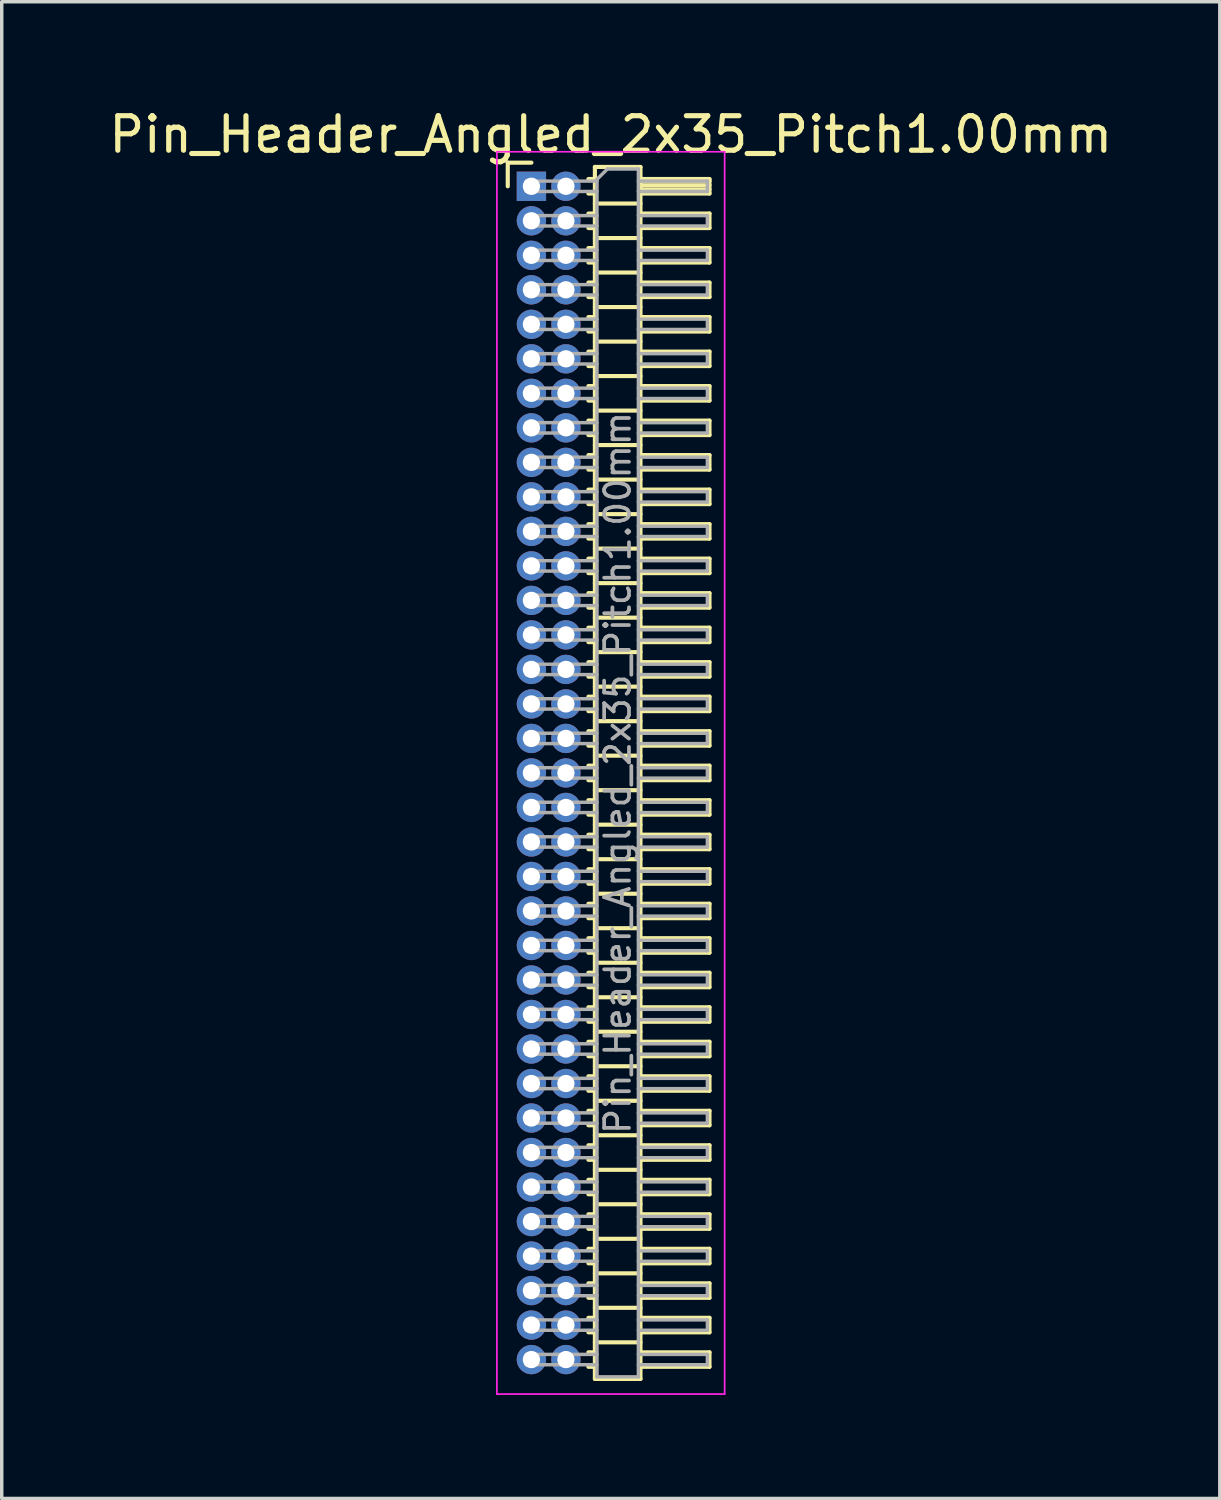
<source format=kicad_pcb>
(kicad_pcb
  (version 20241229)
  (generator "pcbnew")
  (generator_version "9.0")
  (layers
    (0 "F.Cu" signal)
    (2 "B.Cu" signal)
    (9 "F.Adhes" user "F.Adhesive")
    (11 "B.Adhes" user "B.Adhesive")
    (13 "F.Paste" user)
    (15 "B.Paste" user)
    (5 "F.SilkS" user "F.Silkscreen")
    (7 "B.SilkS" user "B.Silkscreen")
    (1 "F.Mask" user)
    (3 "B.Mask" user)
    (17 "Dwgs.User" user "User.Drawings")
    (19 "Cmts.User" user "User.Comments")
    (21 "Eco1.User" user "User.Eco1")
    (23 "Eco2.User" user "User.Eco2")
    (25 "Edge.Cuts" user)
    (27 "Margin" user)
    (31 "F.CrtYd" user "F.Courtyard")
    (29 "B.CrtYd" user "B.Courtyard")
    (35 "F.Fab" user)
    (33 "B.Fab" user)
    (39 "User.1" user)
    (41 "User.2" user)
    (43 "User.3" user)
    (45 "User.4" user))
  (footprint "Pin_Header_Angled_2x35_Pitch1.00mm"
    (layer "F.Cu")
    (at 12.349 2.348)
    (property "Reference" "Pin_Header_Angled_2x35_Pitch1.00mm" (at 2.3 -1.5 0) (layer "F.SilkS") (effects (font (size 1 1) (thickness 0.15))))
    (attr through_hole)
    (fp_line (start -0.685 -0.685) (end 0 -0.685) (stroke (width 0.12) (type solid)) (layer "F.SilkS"))
    (fp_line (start -0.685 0) (end -0.685 -0.685) (stroke (width 0.12) (type solid)) (layer "F.SilkS"))
    (fp_line (start 1.652 -0.21) (end 1.84 -0.21) (stroke (width 0.12) (type solid)) (layer "F.SilkS"))
    (fp_line (start 1.652 0.21) (end 1.84 0.21) (stroke (width 0.12) (type solid)) (layer "F.SilkS"))
    (fp_line (start 1.652 0.79) (end 1.84 0.79) (stroke (width 0.12) (type solid)) (layer "F.SilkS"))
    (fp_line (start 1.652 1.21) (end 1.84 1.21) (stroke (width 0.12) (type solid)) (layer "F.SilkS"))
    (fp_line (start 1.652 1.79) (end 1.84 1.79) (stroke (width 0.12) (type solid)) (layer "F.SilkS"))
    (fp_line (start 1.652 2.21) (end 1.84 2.21) (stroke (width 0.12) (type solid)) (layer "F.SilkS"))
    (fp_line (start 1.652 2.79) (end 1.84 2.79) (stroke (width 0.12) (type solid)) (layer "F.SilkS"))
    (fp_line (start 1.652 3.21) (end 1.84 3.21) (stroke (width 0.12) (type solid)) (layer "F.SilkS"))
    (fp_line (start 1.652 3.79) (end 1.84 3.79) (stroke (width 0.12) (type solid)) (layer "F.SilkS"))
    (fp_line (start 1.652 4.21) (end 1.84 4.21) (stroke (width 0.12) (type solid)) (layer "F.SilkS"))
    (fp_line (start 1.652 4.79) (end 1.84 4.79) (stroke (width 0.12) (type solid)) (layer "F.SilkS"))
    (fp_line (start 1.652 5.21) (end 1.84 5.21) (stroke (width 0.12) (type solid)) (layer "F.SilkS"))
    (fp_line (start 1.652 5.79) (end 1.84 5.79) (stroke (width 0.12) (type solid)) (layer "F.SilkS"))
    (fp_line (start 1.652 6.21) (end 1.84 6.21) (stroke (width 0.12) (type solid)) (layer "F.SilkS"))
    (fp_line (start 1.652 6.79) (end 1.84 6.79) (stroke (width 0.12) (type solid)) (layer "F.SilkS"))
    (fp_line (start 1.652 7.21) (end 1.84 7.21) (stroke (width 0.12) (type solid)) (layer "F.SilkS"))
    (fp_line (start 1.652 7.79) (end 1.84 7.79) (stroke (width 0.12) (type solid)) (layer "F.SilkS"))
    (fp_line (start 1.652 8.21) (end 1.84 8.21) (stroke (width 0.12) (type solid)) (layer "F.SilkS"))
    (fp_line (start 1.652 8.79) (end 1.84 8.79) (stroke (width 0.12) (type solid)) (layer "F.SilkS"))
    (fp_line (start 1.652 9.21) (end 1.84 9.21) (stroke (width 0.12) (type solid)) (layer "F.SilkS"))
    (fp_line (start 1.652 9.79) (end 1.84 9.79) (stroke (width 0.12) (type solid)) (layer "F.SilkS"))
    (fp_line (start 1.652 10.21) (end 1.84 10.21) (stroke (width 0.12) (type solid)) (layer "F.SilkS"))
    (fp_line (start 1.652 10.79) (end 1.84 10.79) (stroke (width 0.12) (type solid)) (layer "F.SilkS"))
    (fp_line (start 1.652 11.21) (end 1.84 11.21) (stroke (width 0.12) (type solid)) (layer "F.SilkS"))
    (fp_line (start 1.652 11.79) (end 1.84 11.79) (stroke (width 0.12) (type solid)) (layer "F.SilkS"))
    (fp_line (start 1.652 12.21) (end 1.84 12.21) (stroke (width 0.12) (type solid)) (layer "F.SilkS"))
    (fp_line (start 1.652 12.79) (end 1.84 12.79) (stroke (width 0.12) (type solid)) (layer "F.SilkS"))
    (fp_line (start 1.652 13.21) (end 1.84 13.21) (stroke (width 0.12) (type solid)) (layer "F.SilkS"))
    (fp_line (start 1.652 13.79) (end 1.84 13.79) (stroke (width 0.12) (type solid)) (layer "F.SilkS"))
    (fp_line (start 1.652 14.21) (end 1.84 14.21) (stroke (width 0.12) (type solid)) (layer "F.SilkS"))
    (fp_line (start 1.652 14.79) (end 1.84 14.79) (stroke (width 0.12) (type solid)) (layer "F.SilkS"))
    (fp_line (start 1.652 15.21) (end 1.84 15.21) (stroke (width 0.12) (type solid)) (layer "F.SilkS"))
    (fp_line (start 1.652 15.79) (end 1.84 15.79) (stroke (width 0.12) (type solid)) (layer "F.SilkS"))
    (fp_line (start 1.652 16.21) (end 1.84 16.21) (stroke (width 0.12) (type solid)) (layer "F.SilkS"))
    (fp_line (start 1.652 16.79) (end 1.84 16.79) (stroke (width 0.12) (type solid)) (layer "F.SilkS"))
    (fp_line (start 1.652 17.21) (end 1.84 17.21) (stroke (width 0.12) (type solid)) (layer "F.SilkS"))
    (fp_line (start 1.652 17.79) (end 1.84 17.79) (stroke (width 0.12) (type solid)) (layer "F.SilkS"))
    (fp_line (start 1.652 18.21) (end 1.84 18.21) (stroke (width 0.12) (type solid)) (layer "F.SilkS"))
    (fp_line (start 1.652 18.79) (end 1.84 18.79) (stroke (width 0.12) (type solid)) (layer "F.SilkS"))
    (fp_line (start 1.652 19.21) (end 1.84 19.21) (stroke (width 0.12) (type solid)) (layer "F.SilkS"))
    (fp_line (start 1.652 19.79) (end 1.84 19.79) (stroke (width 0.12) (type solid)) (layer "F.SilkS"))
    (fp_line (start 1.652 20.21) (end 1.84 20.21) (stroke (width 0.12) (type solid)) (layer "F.SilkS"))
    (fp_line (start 1.652 20.79) (end 1.84 20.79) (stroke (width 0.12) (type solid)) (layer "F.SilkS"))
    (fp_line (start 1.652 21.21) (end 1.84 21.21) (stroke (width 0.12) (type solid)) (layer "F.SilkS"))
    (fp_line (start 1.652 21.79) (end 1.84 21.79) (stroke (width 0.12) (type solid)) (layer "F.SilkS"))
    (fp_line (start 1.652 22.21) (end 1.84 22.21) (stroke (width 0.12) (type solid)) (layer "F.SilkS"))
    (fp_line (start 1.652 22.79) (end 1.84 22.79) (stroke (width 0.12) (type solid)) (layer "F.SilkS"))
    (fp_line (start 1.652 23.21) (end 1.84 23.21) (stroke (width 0.12) (type solid)) (layer "F.SilkS"))
    (fp_line (start 1.652 23.79) (end 1.84 23.79) (stroke (width 0.12) (type solid)) (layer "F.SilkS"))
    (fp_line (start 1.652 24.21) (end 1.84 24.21) (stroke (width 0.12) (type solid)) (layer "F.SilkS"))
    (fp_line (start 1.652 24.79) (end 1.84 24.79) (stroke (width 0.12) (type solid)) (layer "F.SilkS"))
    (fp_line (start 1.652 25.21) (end 1.84 25.21) (stroke (width 0.12) (type solid)) (layer "F.SilkS"))
    (fp_line (start 1.652 25.79) (end 1.84 25.79) (stroke (width 0.12) (type solid)) (layer "F.SilkS"))
    (fp_line (start 1.652 26.21) (end 1.84 26.21) (stroke (width 0.12) (type solid)) (layer "F.SilkS"))
    (fp_line (start 1.652 26.79) (end 1.84 26.79) (stroke (width 0.12) (type solid)) (layer "F.SilkS"))
    (fp_line (start 1.652 27.21) (end 1.84 27.21) (stroke (width 0.12) (type solid)) (layer "F.SilkS"))
    (fp_line (start 1.652 27.79) (end 1.84 27.79) (stroke (width 0.12) (type solid)) (layer "F.SilkS"))
    (fp_line (start 1.652 28.21) (end 1.84 28.21) (stroke (width 0.12) (type solid)) (layer "F.SilkS"))
    (fp_line (start 1.652 28.79) (end 1.84 28.79) (stroke (width 0.12) (type solid)) (layer "F.SilkS"))
    (fp_line (start 1.652 29.21) (end 1.84 29.21) (stroke (width 0.12) (type solid)) (layer "F.SilkS"))
    (fp_line (start 1.652 29.79) (end 1.84 29.79) (stroke (width 0.12) (type solid)) (layer "F.SilkS"))
    (fp_line (start 1.652 30.21) (end 1.84 30.21) (stroke (width 0.12) (type solid)) (layer "F.SilkS"))
    (fp_line (start 1.652 30.79) (end 1.84 30.79) (stroke (width 0.12) (type solid)) (layer "F.SilkS"))
    (fp_line (start 1.652 31.21) (end 1.84 31.21) (stroke (width 0.12) (type solid)) (layer "F.SilkS"))
    (fp_line (start 1.652 31.79) (end 1.84 31.79) (stroke (width 0.12) (type solid)) (layer "F.SilkS"))
    (fp_line (start 1.652 32.21) (end 1.84 32.21) (stroke (width 0.12) (type solid)) (layer "F.SilkS"))
    (fp_line (start 1.652 32.79) (end 1.84 32.79) (stroke (width 0.12) (type solid)) (layer "F.SilkS"))
    (fp_line (start 1.652 33.21) (end 1.84 33.21) (stroke (width 0.12) (type solid)) (layer "F.SilkS"))
    (fp_line (start 1.652 33.79) (end 1.84 33.79) (stroke (width 0.12) (type solid)) (layer "F.SilkS"))
    (fp_line (start 1.652 34.21) (end 1.84 34.21) (stroke (width 0.12) (type solid)) (layer "F.SilkS"))
    (fp_line (start 1.84 -0.56) (end 1.84 34.56) (stroke (width 0.12) (type solid)) (layer "F.SilkS"))
    (fp_line (start 1.84 0.5) (end 3.16 0.5) (stroke (width 0.12) (type solid)) (layer "F.SilkS"))
    (fp_line (start 1.84 1.5) (end 3.16 1.5) (stroke (width 0.12) (type solid)) (layer "F.SilkS"))
    (fp_line (start 1.84 2.5) (end 3.16 2.5) (stroke (width 0.12) (type solid)) (layer "F.SilkS"))
    (fp_line (start 1.84 3.5) (end 3.16 3.5) (stroke (width 0.12) (type solid)) (layer "F.SilkS"))
    (fp_line (start 1.84 4.5) (end 3.16 4.5) (stroke (width 0.12) (type solid)) (layer "F.SilkS"))
    (fp_line (start 1.84 5.5) (end 3.16 5.5) (stroke (width 0.12) (type solid)) (layer "F.SilkS"))
    (fp_line (start 1.84 6.5) (end 3.16 6.5) (stroke (width 0.12) (type solid)) (layer "F.SilkS"))
    (fp_line (start 1.84 7.5) (end 3.16 7.5) (stroke (width 0.12) (type solid)) (layer "F.SilkS"))
    (fp_line (start 1.84 8.5) (end 3.16 8.5) (stroke (width 0.12) (type solid)) (layer "F.SilkS"))
    (fp_line (start 1.84 9.5) (end 3.16 9.5) (stroke (width 0.12) (type solid)) (layer "F.SilkS"))
    (fp_line (start 1.84 10.5) (end 3.16 10.5) (stroke (width 0.12) (type solid)) (layer "F.SilkS"))
    (fp_line (start 1.84 11.5) (end 3.16 11.5) (stroke (width 0.12) (type solid)) (layer "F.SilkS"))
    (fp_line (start 1.84 12.5) (end 3.16 12.5) (stroke (width 0.12) (type solid)) (layer "F.SilkS"))
    (fp_line (start 1.84 13.5) (end 3.16 13.5) (stroke (width 0.12) (type solid)) (layer "F.SilkS"))
    (fp_line (start 1.84 14.5) (end 3.16 14.5) (stroke (width 0.12) (type solid)) (layer "F.SilkS"))
    (fp_line (start 1.84 15.5) (end 3.16 15.5) (stroke (width 0.12) (type solid)) (layer "F.SilkS"))
    (fp_line (start 1.84 16.5) (end 3.16 16.5) (stroke (width 0.12) (type solid)) (layer "F.SilkS"))
    (fp_line (start 1.84 17.5) (end 3.16 17.5) (stroke (width 0.12) (type solid)) (layer "F.SilkS"))
    (fp_line (start 1.84 18.5) (end 3.16 18.5) (stroke (width 0.12) (type solid)) (layer "F.SilkS"))
    (fp_line (start 1.84 19.5) (end 3.16 19.5) (stroke (width 0.12) (type solid)) (layer "F.SilkS"))
    (fp_line (start 1.84 20.5) (end 3.16 20.5) (stroke (width 0.12) (type solid)) (layer "F.SilkS"))
    (fp_line (start 1.84 21.5) (end 3.16 21.5) (stroke (width 0.12) (type solid)) (layer "F.SilkS"))
    (fp_line (start 1.84 22.5) (end 3.16 22.5) (stroke (width 0.12) (type solid)) (layer "F.SilkS"))
    (fp_line (start 1.84 23.5) (end 3.16 23.5) (stroke (width 0.12) (type solid)) (layer "F.SilkS"))
    (fp_line (start 1.84 24.5) (end 3.16 24.5) (stroke (width 0.12) (type solid)) (layer "F.SilkS"))
    (fp_line (start 1.84 25.5) (end 3.16 25.5) (stroke (width 0.12) (type solid)) (layer "F.SilkS"))
    (fp_line (start 1.84 26.5) (end 3.16 26.5) (stroke (width 0.12) (type solid)) (layer "F.SilkS"))
    (fp_line (start 1.84 27.5) (end 3.16 27.5) (stroke (width 0.12) (type solid)) (layer "F.SilkS"))
    (fp_line (start 1.84 28.5) (end 3.16 28.5) (stroke (width 0.12) (type solid)) (layer "F.SilkS"))
    (fp_line (start 1.84 29.5) (end 3.16 29.5) (stroke (width 0.12) (type solid)) (layer "F.SilkS"))
    (fp_line (start 1.84 30.5) (end 3.16 30.5) (stroke (width 0.12) (type solid)) (layer "F.SilkS"))
    (fp_line (start 1.84 31.5) (end 3.16 31.5) (stroke (width 0.12) (type solid)) (layer "F.SilkS"))
    (fp_line (start 1.84 32.5) (end 3.16 32.5) (stroke (width 0.12) (type solid)) (layer "F.SilkS"))
    (fp_line (start 1.84 33.5) (end 3.16 33.5) (stroke (width 0.12) (type solid)) (layer "F.SilkS"))
    (fp_line (start 1.84 34.56) (end 3.16 34.56) (stroke (width 0.12) (type solid)) (layer "F.SilkS"))
    (fp_line (start 3.16 -0.56) (end 1.84 -0.56) (stroke (width 0.12) (type solid)) (layer "F.SilkS"))
    (fp_line (start 3.16 -0.21) (end 5.16 -0.21) (stroke (width 0.12) (type solid)) (layer "F.SilkS"))
    (fp_line (start 3.16 -0.15) (end 5.16 -0.15) (stroke (width 0.12) (type solid)) (layer "F.SilkS"))
    (fp_line (start 3.16 -0.03) (end 5.16 -0.03) (stroke (width 0.12) (type solid)) (layer "F.SilkS"))
    (fp_line (start 3.16 0.09) (end 5.16 0.09) (stroke (width 0.12) (type solid)) (layer "F.SilkS"))
    (fp_line (start 3.16 0.79) (end 5.16 0.79) (stroke (width 0.12) (type solid)) (layer "F.SilkS"))
    (fp_line (start 3.16 1.79) (end 5.16 1.79) (stroke (width 0.12) (type solid)) (layer "F.SilkS"))
    (fp_line (start 3.16 2.79) (end 5.16 2.79) (stroke (width 0.12) (type solid)) (layer "F.SilkS"))
    (fp_line (start 3.16 3.79) (end 5.16 3.79) (stroke (width 0.12) (type solid)) (layer "F.SilkS"))
    (fp_line (start 3.16 4.79) (end 5.16 4.79) (stroke (width 0.12) (type solid)) (layer "F.SilkS"))
    (fp_line (start 3.16 5.79) (end 5.16 5.79) (stroke (width 0.12) (type solid)) (layer "F.SilkS"))
    (fp_line (start 3.16 6.79) (end 5.16 6.79) (stroke (width 0.12) (type solid)) (layer "F.SilkS"))
    (fp_line (start 3.16 7.79) (end 5.16 7.79) (stroke (width 0.12) (type solid)) (layer "F.SilkS"))
    (fp_line (start 3.16 8.79) (end 5.16 8.79) (stroke (width 0.12) (type solid)) (layer "F.SilkS"))
    (fp_line (start 3.16 9.79) (end 5.16 9.79) (stroke (width 0.12) (type solid)) (layer "F.SilkS"))
    (fp_line (start 3.16 10.79) (end 5.16 10.79) (stroke (width 0.12) (type solid)) (layer "F.SilkS"))
    (fp_line (start 3.16 11.79) (end 5.16 11.79) (stroke (width 0.12) (type solid)) (layer "F.SilkS"))
    (fp_line (start 3.16 12.79) (end 5.16 12.79) (stroke (width 0.12) (type solid)) (layer "F.SilkS"))
    (fp_line (start 3.16 13.79) (end 5.16 13.79) (stroke (width 0.12) (type solid)) (layer "F.SilkS"))
    (fp_line (start 3.16 14.79) (end 5.16 14.79) (stroke (width 0.12) (type solid)) (layer "F.SilkS"))
    (fp_line (start 3.16 15.79) (end 5.16 15.79) (stroke (width 0.12) (type solid)) (layer "F.SilkS"))
    (fp_line (start 3.16 16.79) (end 5.16 16.79) (stroke (width 0.12) (type solid)) (layer "F.SilkS"))
    (fp_line (start 3.16 17.79) (end 5.16 17.79) (stroke (width 0.12) (type solid)) (layer "F.SilkS"))
    (fp_line (start 3.16 18.79) (end 5.16 18.79) (stroke (width 0.12) (type solid)) (layer "F.SilkS"))
    (fp_line (start 3.16 19.79) (end 5.16 19.79) (stroke (width 0.12) (type solid)) (layer "F.SilkS"))
    (fp_line (start 3.16 20.79) (end 5.16 20.79) (stroke (width 0.12) (type solid)) (layer "F.SilkS"))
    (fp_line (start 3.16 21.79) (end 5.16 21.79) (stroke (width 0.12) (type solid)) (layer "F.SilkS"))
    (fp_line (start 3.16 22.79) (end 5.16 22.79) (stroke (width 0.12) (type solid)) (layer "F.SilkS"))
    (fp_line (start 3.16 23.79) (end 5.16 23.79) (stroke (width 0.12) (type solid)) (layer "F.SilkS"))
    (fp_line (start 3.16 24.79) (end 5.16 24.79) (stroke (width 0.12) (type solid)) (layer "F.SilkS"))
    (fp_line (start 3.16 25.79) (end 5.16 25.79) (stroke (width 0.12) (type solid)) (layer "F.SilkS"))
    (fp_line (start 3.16 26.79) (end 5.16 26.79) (stroke (width 0.12) (type solid)) (layer "F.SilkS"))
    (fp_line (start 3.16 27.79) (end 5.16 27.79) (stroke (width 0.12) (type solid)) (layer "F.SilkS"))
    (fp_line (start 3.16 28.79) (end 5.16 28.79) (stroke (width 0.12) (type solid)) (layer "F.SilkS"))
    (fp_line (start 3.16 29.79) (end 5.16 29.79) (stroke (width 0.12) (type solid)) (layer "F.SilkS"))
    (fp_line (start 3.16 30.79) (end 5.16 30.79) (stroke (width 0.12) (type solid)) (layer "F.SilkS"))
    (fp_line (start 3.16 31.79) (end 5.16 31.79) (stroke (width 0.12) (type solid)) (layer "F.SilkS"))
    (fp_line (start 3.16 32.79) (end 5.16 32.79) (stroke (width 0.12) (type solid)) (layer "F.SilkS"))
    (fp_line (start 3.16 33.79) (end 5.16 33.79) (stroke (width 0.12) (type solid)) (layer "F.SilkS"))
    (fp_line (start 3.16 34.56) (end 3.16 -0.56) (stroke (width 0.12) (type solid)) (layer "F.SilkS"))
    (fp_line (start 5.16 -0.21) (end 5.16 0.21) (stroke (width 0.12) (type solid)) (layer "F.SilkS"))
    (fp_line (start 5.16 0.21) (end 3.16 0.21) (stroke (width 0.12) (type solid)) (layer "F.SilkS"))
    (fp_line (start 5.16 0.79) (end 5.16 1.21) (stroke (width 0.12) (type solid)) (layer "F.SilkS"))
    (fp_line (start 5.16 1.21) (end 3.16 1.21) (stroke (width 0.12) (type solid)) (layer "F.SilkS"))
    (fp_line (start 5.16 1.79) (end 5.16 2.21) (stroke (width 0.12) (type solid)) (layer "F.SilkS"))
    (fp_line (start 5.16 2.21) (end 3.16 2.21) (stroke (width 0.12) (type solid)) (layer "F.SilkS"))
    (fp_line (start 5.16 2.79) (end 5.16 3.21) (stroke (width 0.12) (type solid)) (layer "F.SilkS"))
    (fp_line (start 5.16 3.21) (end 3.16 3.21) (stroke (width 0.12) (type solid)) (layer "F.SilkS"))
    (fp_line (start 5.16 3.79) (end 5.16 4.21) (stroke (width 0.12) (type solid)) (layer "F.SilkS"))
    (fp_line (start 5.16 4.21) (end 3.16 4.21) (stroke (width 0.12) (type solid)) (layer "F.SilkS"))
    (fp_line (start 5.16 4.79) (end 5.16 5.21) (stroke (width 0.12) (type solid)) (layer "F.SilkS"))
    (fp_line (start 5.16 5.21) (end 3.16 5.21) (stroke (width 0.12) (type solid)) (layer "F.SilkS"))
    (fp_line (start 5.16 5.79) (end 5.16 6.21) (stroke (width 0.12) (type solid)) (layer "F.SilkS"))
    (fp_line (start 5.16 6.21) (end 3.16 6.21) (stroke (width 0.12) (type solid)) (layer "F.SilkS"))
    (fp_line (start 5.16 6.79) (end 5.16 7.21) (stroke (width 0.12) (type solid)) (layer "F.SilkS"))
    (fp_line (start 5.16 7.21) (end 3.16 7.21) (stroke (width 0.12) (type solid)) (layer "F.SilkS"))
    (fp_line (start 5.16 7.79) (end 5.16 8.21) (stroke (width 0.12) (type solid)) (layer "F.SilkS"))
    (fp_line (start 5.16 8.21) (end 3.16 8.21) (stroke (width 0.12) (type solid)) (layer "F.SilkS"))
    (fp_line (start 5.16 8.79) (end 5.16 9.21) (stroke (width 0.12) (type solid)) (layer "F.SilkS"))
    (fp_line (start 5.16 9.21) (end 3.16 9.21) (stroke (width 0.12) (type solid)) (layer "F.SilkS"))
    (fp_line (start 5.16 9.79) (end 5.16 10.21) (stroke (width 0.12) (type solid)) (layer "F.SilkS"))
    (fp_line (start 5.16 10.21) (end 3.16 10.21) (stroke (width 0.12) (type solid)) (layer "F.SilkS"))
    (fp_line (start 5.16 10.79) (end 5.16 11.21) (stroke (width 0.12) (type solid)) (layer "F.SilkS"))
    (fp_line (start 5.16 11.21) (end 3.16 11.21) (stroke (width 0.12) (type solid)) (layer "F.SilkS"))
    (fp_line (start 5.16 11.79) (end 5.16 12.21) (stroke (width 0.12) (type solid)) (layer "F.SilkS"))
    (fp_line (start 5.16 12.21) (end 3.16 12.21) (stroke (width 0.12) (type solid)) (layer "F.SilkS"))
    (fp_line (start 5.16 12.79) (end 5.16 13.21) (stroke (width 0.12) (type solid)) (layer "F.SilkS"))
    (fp_line (start 5.16 13.21) (end 3.16 13.21) (stroke (width 0.12) (type solid)) (layer "F.SilkS"))
    (fp_line (start 5.16 13.79) (end 5.16 14.21) (stroke (width 0.12) (type solid)) (layer "F.SilkS"))
    (fp_line (start 5.16 14.21) (end 3.16 14.21) (stroke (width 0.12) (type solid)) (layer "F.SilkS"))
    (fp_line (start 5.16 14.79) (end 5.16 15.21) (stroke (width 0.12) (type solid)) (layer "F.SilkS"))
    (fp_line (start 5.16 15.21) (end 3.16 15.21) (stroke (width 0.12) (type solid)) (layer "F.SilkS"))
    (fp_line (start 5.16 15.79) (end 5.16 16.21) (stroke (width 0.12) (type solid)) (layer "F.SilkS"))
    (fp_line (start 5.16 16.21) (end 3.16 16.21) (stroke (width 0.12) (type solid)) (layer "F.SilkS"))
    (fp_line (start 5.16 16.79) (end 5.16 17.21) (stroke (width 0.12) (type solid)) (layer "F.SilkS"))
    (fp_line (start 5.16 17.21) (end 3.16 17.21) (stroke (width 0.12) (type solid)) (layer "F.SilkS"))
    (fp_line (start 5.16 17.79) (end 5.16 18.21) (stroke (width 0.12) (type solid)) (layer "F.SilkS"))
    (fp_line (start 5.16 18.21) (end 3.16 18.21) (stroke (width 0.12) (type solid)) (layer "F.SilkS"))
    (fp_line (start 5.16 18.79) (end 5.16 19.21) (stroke (width 0.12) (type solid)) (layer "F.SilkS"))
    (fp_line (start 5.16 19.21) (end 3.16 19.21) (stroke (width 0.12) (type solid)) (layer "F.SilkS"))
    (fp_line (start 5.16 19.79) (end 5.16 20.21) (stroke (width 0.12) (type solid)) (layer "F.SilkS"))
    (fp_line (start 5.16 20.21) (end 3.16 20.21) (stroke (width 0.12) (type solid)) (layer "F.SilkS"))
    (fp_line (start 5.16 20.79) (end 5.16 21.21) (stroke (width 0.12) (type solid)) (layer "F.SilkS"))
    (fp_line (start 5.16 21.21) (end 3.16 21.21) (stroke (width 0.12) (type solid)) (layer "F.SilkS"))
    (fp_line (start 5.16 21.79) (end 5.16 22.21) (stroke (width 0.12) (type solid)) (layer "F.SilkS"))
    (fp_line (start 5.16 22.21) (end 3.16 22.21) (stroke (width 0.12) (type solid)) (layer "F.SilkS"))
    (fp_line (start 5.16 22.79) (end 5.16 23.21) (stroke (width 0.12) (type solid)) (layer "F.SilkS"))
    (fp_line (start 5.16 23.21) (end 3.16 23.21) (stroke (width 0.12) (type solid)) (layer "F.SilkS"))
    (fp_line (start 5.16 23.79) (end 5.16 24.21) (stroke (width 0.12) (type solid)) (layer "F.SilkS"))
    (fp_line (start 5.16 24.21) (end 3.16 24.21) (stroke (width 0.12) (type solid)) (layer "F.SilkS"))
    (fp_line (start 5.16 24.79) (end 5.16 25.21) (stroke (width 0.12) (type solid)) (layer "F.SilkS"))
    (fp_line (start 5.16 25.21) (end 3.16 25.21) (stroke (width 0.12) (type solid)) (layer "F.SilkS"))
    (fp_line (start 5.16 25.79) (end 5.16 26.21) (stroke (width 0.12) (type solid)) (layer "F.SilkS"))
    (fp_line (start 5.16 26.21) (end 3.16 26.21) (stroke (width 0.12) (type solid)) (layer "F.SilkS"))
    (fp_line (start 5.16 26.79) (end 5.16 27.21) (stroke (width 0.12) (type solid)) (layer "F.SilkS"))
    (fp_line (start 5.16 27.21) (end 3.16 27.21) (stroke (width 0.12) (type solid)) (layer "F.SilkS"))
    (fp_line (start 5.16 27.79) (end 5.16 28.21) (stroke (width 0.12) (type solid)) (layer "F.SilkS"))
    (fp_line (start 5.16 28.21) (end 3.16 28.21) (stroke (width 0.12) (type solid)) (layer "F.SilkS"))
    (fp_line (start 5.16 28.79) (end 5.16 29.21) (stroke (width 0.12) (type solid)) (layer "F.SilkS"))
    (fp_line (start 5.16 29.21) (end 3.16 29.21) (stroke (width 0.12) (type solid)) (layer "F.SilkS"))
    (fp_line (start 5.16 29.79) (end 5.16 30.21) (stroke (width 0.12) (type solid)) (layer "F.SilkS"))
    (fp_line (start 5.16 30.21) (end 3.16 30.21) (stroke (width 0.12) (type solid)) (layer "F.SilkS"))
    (fp_line (start 5.16 30.79) (end 5.16 31.21) (stroke (width 0.12) (type solid)) (layer "F.SilkS"))
    (fp_line (start 5.16 31.21) (end 3.16 31.21) (stroke (width 0.12) (type solid)) (layer "F.SilkS"))
    (fp_line (start 5.16 31.79) (end 5.16 32.21) (stroke (width 0.12) (type solid)) (layer "F.SilkS"))
    (fp_line (start 5.16 32.21) (end 3.16 32.21) (stroke (width 0.12) (type solid)) (layer "F.SilkS"))
    (fp_line (start 5.16 32.79) (end 5.16 33.21) (stroke (width 0.12) (type solid)) (layer "F.SilkS"))
    (fp_line (start 5.16 33.21) (end 3.16 33.21) (stroke (width 0.12) (type solid)) (layer "F.SilkS"))
    (fp_line (start 5.16 33.79) (end 5.16 34.21) (stroke (width 0.12) (type solid)) (layer "F.SilkS"))
    (fp_line (start 5.16 34.21) (end 3.16 34.21) (stroke (width 0.12) (type solid)) (layer "F.SilkS"))
    (fp_line (start -1 -1) (end -1 35) (stroke (width 0.05) (type solid)) (layer "F.CrtYd"))
    (fp_line (start -1 35) (end 5.6 35) (stroke (width 0.05) (type solid)) (layer "F.CrtYd"))
    (fp_line (start 5.6 -1) (end -1 -1) (stroke (width 0.05) (type solid)) (layer "F.CrtYd"))
    (fp_line (start 5.6 35) (end 5.6 -1) (stroke (width 0.05) (type solid)) (layer "F.CrtYd"))
    (fp_line (start -0.15 -0.15) (end -0.15 0.15) (stroke (width 0.1) (type solid)) (layer "F.Fab"))
    (fp_line (start -0.15 -0.15) (end 1.9 -0.15) (stroke (width 0.1) (type solid)) (layer "F.Fab"))
    (fp_line (start -0.15 0.15) (end 1.9 0.15) (stroke (width 0.1) (type solid)) (layer "F.Fab"))
    (fp_line (start -0.15 0.85) (end -0.15 1.15) (stroke (width 0.1) (type solid)) (layer "F.Fab"))
    (fp_line (start -0.15 0.85) (end 1.9 0.85) (stroke (width 0.1) (type solid)) (layer "F.Fab"))
    (fp_line (start -0.15 1.15) (end 1.9 1.15) (stroke (width 0.1) (type solid)) (layer "F.Fab"))
    (fp_line (start -0.15 1.85) (end -0.15 2.15) (stroke (width 0.1) (type solid)) (layer "F.Fab"))
    (fp_line (start -0.15 1.85) (end 1.9 1.85) (stroke (width 0.1) (type solid)) (layer "F.Fab"))
    (fp_line (start -0.15 2.15) (end 1.9 2.15) (stroke (width 0.1) (type solid)) (layer "F.Fab"))
    (fp_line (start -0.15 2.85) (end -0.15 3.15) (stroke (width 0.1) (type solid)) (layer "F.Fab"))
    (fp_line (start -0.15 2.85) (end 1.9 2.85) (stroke (width 0.1) (type solid)) (layer "F.Fab"))
    (fp_line (start -0.15 3.15) (end 1.9 3.15) (stroke (width 0.1) (type solid)) (layer "F.Fab"))
    (fp_line (start -0.15 3.85) (end -0.15 4.15) (stroke (width 0.1) (type solid)) (layer "F.Fab"))
    (fp_line (start -0.15 3.85) (end 1.9 3.85) (stroke (width 0.1) (type solid)) (layer "F.Fab"))
    (fp_line (start -0.15 4.15) (end 1.9 4.15) (stroke (width 0.1) (type solid)) (layer "F.Fab"))
    (fp_line (start -0.15 4.85) (end -0.15 5.15) (stroke (width 0.1) (type solid)) (layer "F.Fab"))
    (fp_line (start -0.15 4.85) (end 1.9 4.85) (stroke (width 0.1) (type solid)) (layer "F.Fab"))
    (fp_line (start -0.15 5.15) (end 1.9 5.15) (stroke (width 0.1) (type solid)) (layer "F.Fab"))
    (fp_line (start -0.15 5.85) (end -0.15 6.15) (stroke (width 0.1) (type solid)) (layer "F.Fab"))
    (fp_line (start -0.15 5.85) (end 1.9 5.85) (stroke (width 0.1) (type solid)) (layer "F.Fab"))
    (fp_line (start -0.15 6.15) (end 1.9 6.15) (stroke (width 0.1) (type solid)) (layer "F.Fab"))
    (fp_line (start -0.15 6.85) (end -0.15 7.15) (stroke (width 0.1) (type solid)) (layer "F.Fab"))
    (fp_line (start -0.15 6.85) (end 1.9 6.85) (stroke (width 0.1) (type solid)) (layer "F.Fab"))
    (fp_line (start -0.15 7.15) (end 1.9 7.15) (stroke (width 0.1) (type solid)) (layer "F.Fab"))
    (fp_line (start -0.15 7.85) (end -0.15 8.15) (stroke (width 0.1) (type solid)) (layer "F.Fab"))
    (fp_line (start -0.15 7.85) (end 1.9 7.85) (stroke (width 0.1) (type solid)) (layer "F.Fab"))
    (fp_line (start -0.15 8.15) (end 1.9 8.15) (stroke (width 0.1) (type solid)) (layer "F.Fab"))
    (fp_line (start -0.15 8.85) (end -0.15 9.15) (stroke (width 0.1) (type solid)) (layer "F.Fab"))
    (fp_line (start -0.15 8.85) (end 1.9 8.85) (stroke (width 0.1) (type solid)) (layer "F.Fab"))
    (fp_line (start -0.15 9.15) (end 1.9 9.15) (stroke (width 0.1) (type solid)) (layer "F.Fab"))
    (fp_line (start -0.15 9.85) (end -0.15 10.15) (stroke (width 0.1) (type solid)) (layer "F.Fab"))
    (fp_line (start -0.15 9.85) (end 1.9 9.85) (stroke (width 0.1) (type solid)) (layer "F.Fab"))
    (fp_line (start -0.15 10.15) (end 1.9 10.15) (stroke (width 0.1) (type solid)) (layer "F.Fab"))
    (fp_line (start -0.15 10.85) (end -0.15 11.15) (stroke (width 0.1) (type solid)) (layer "F.Fab"))
    (fp_line (start -0.15 10.85) (end 1.9 10.85) (stroke (width 0.1) (type solid)) (layer "F.Fab"))
    (fp_line (start -0.15 11.15) (end 1.9 11.15) (stroke (width 0.1) (type solid)) (layer "F.Fab"))
    (fp_line (start -0.15 11.85) (end -0.15 12.15) (stroke (width 0.1) (type solid)) (layer "F.Fab"))
    (fp_line (start -0.15 11.85) (end 1.9 11.85) (stroke (width 0.1) (type solid)) (layer "F.Fab"))
    (fp_line (start -0.15 12.15) (end 1.9 12.15) (stroke (width 0.1) (type solid)) (layer "F.Fab"))
    (fp_line (start -0.15 12.85) (end -0.15 13.15) (stroke (width 0.1) (type solid)) (layer "F.Fab"))
    (fp_line (start -0.15 12.85) (end 1.9 12.85) (stroke (width 0.1) (type solid)) (layer "F.Fab"))
    (fp_line (start -0.15 13.15) (end 1.9 13.15) (stroke (width 0.1) (type solid)) (layer "F.Fab"))
    (fp_line (start -0.15 13.85) (end -0.15 14.15) (stroke (width 0.1) (type solid)) (layer "F.Fab"))
    (fp_line (start -0.15 13.85) (end 1.9 13.85) (stroke (width 0.1) (type solid)) (layer "F.Fab"))
    (fp_line (start -0.15 14.15) (end 1.9 14.15) (stroke (width 0.1) (type solid)) (layer "F.Fab"))
    (fp_line (start -0.15 14.85) (end -0.15 15.15) (stroke (width 0.1) (type solid)) (layer "F.Fab"))
    (fp_line (start -0.15 14.85) (end 1.9 14.85) (stroke (width 0.1) (type solid)) (layer "F.Fab"))
    (fp_line (start -0.15 15.15) (end 1.9 15.15) (stroke (width 0.1) (type solid)) (layer "F.Fab"))
    (fp_line (start -0.15 15.85) (end -0.15 16.15) (stroke (width 0.1) (type solid)) (layer "F.Fab"))
    (fp_line (start -0.15 15.85) (end 1.9 15.85) (stroke (width 0.1) (type solid)) (layer "F.Fab"))
    (fp_line (start -0.15 16.15) (end 1.9 16.15) (stroke (width 0.1) (type solid)) (layer "F.Fab"))
    (fp_line (start -0.15 16.85) (end -0.15 17.15) (stroke (width 0.1) (type solid)) (layer "F.Fab"))
    (fp_line (start -0.15 16.85) (end 1.9 16.85) (stroke (width 0.1) (type solid)) (layer "F.Fab"))
    (fp_line (start -0.15 17.15) (end 1.9 17.15) (stroke (width 0.1) (type solid)) (layer "F.Fab"))
    (fp_line (start -0.15 17.85) (end -0.15 18.15) (stroke (width 0.1) (type solid)) (layer "F.Fab"))
    (fp_line (start -0.15 17.85) (end 1.9 17.85) (stroke (width 0.1) (type solid)) (layer "F.Fab"))
    (fp_line (start -0.15 18.15) (end 1.9 18.15) (stroke (width 0.1) (type solid)) (layer "F.Fab"))
    (fp_line (start -0.15 18.85) (end -0.15 19.15) (stroke (width 0.1) (type solid)) (layer "F.Fab"))
    (fp_line (start -0.15 18.85) (end 1.9 18.85) (stroke (width 0.1) (type solid)) (layer "F.Fab"))
    (fp_line (start -0.15 19.15) (end 1.9 19.15) (stroke (width 0.1) (type solid)) (layer "F.Fab"))
    (fp_line (start -0.15 19.85) (end -0.15 20.15) (stroke (width 0.1) (type solid)) (layer "F.Fab"))
    (fp_line (start -0.15 19.85) (end 1.9 19.85) (stroke (width 0.1) (type solid)) (layer "F.Fab"))
    (fp_line (start -0.15 20.15) (end 1.9 20.15) (stroke (width 0.1) (type solid)) (layer "F.Fab"))
    (fp_line (start -0.15 20.85) (end -0.15 21.15) (stroke (width 0.1) (type solid)) (layer "F.Fab"))
    (fp_line (start -0.15 20.85) (end 1.9 20.85) (stroke (width 0.1) (type solid)) (layer "F.Fab"))
    (fp_line (start -0.15 21.15) (end 1.9 21.15) (stroke (width 0.1) (type solid)) (layer "F.Fab"))
    (fp_line (start -0.15 21.85) (end -0.15 22.15) (stroke (width 0.1) (type solid)) (layer "F.Fab"))
    (fp_line (start -0.15 21.85) (end 1.9 21.85) (stroke (width 0.1) (type solid)) (layer "F.Fab"))
    (fp_line (start -0.15 22.15) (end 1.9 22.15) (stroke (width 0.1) (type solid)) (layer "F.Fab"))
    (fp_line (start -0.15 22.85) (end -0.15 23.15) (stroke (width 0.1) (type solid)) (layer "F.Fab"))
    (fp_line (start -0.15 22.85) (end 1.9 22.85) (stroke (width 0.1) (type solid)) (layer "F.Fab"))
    (fp_line (start -0.15 23.15) (end 1.9 23.15) (stroke (width 0.1) (type solid)) (layer "F.Fab"))
    (fp_line (start -0.15 23.85) (end -0.15 24.15) (stroke (width 0.1) (type solid)) (layer "F.Fab"))
    (fp_line (start -0.15 23.85) (end 1.9 23.85) (stroke (width 0.1) (type solid)) (layer "F.Fab"))
    (fp_line (start -0.15 24.15) (end 1.9 24.15) (stroke (width 0.1) (type solid)) (layer "F.Fab"))
    (fp_line (start -0.15 24.85) (end -0.15 25.15) (stroke (width 0.1) (type solid)) (layer "F.Fab"))
    (fp_line (start -0.15 24.85) (end 1.9 24.85) (stroke (width 0.1) (type solid)) (layer "F.Fab"))
    (fp_line (start -0.15 25.15) (end 1.9 25.15) (stroke (width 0.1) (type solid)) (layer "F.Fab"))
    (fp_line (start -0.15 25.85) (end -0.15 26.15) (stroke (width 0.1) (type solid)) (layer "F.Fab"))
    (fp_line (start -0.15 25.85) (end 1.9 25.85) (stroke (width 0.1) (type solid)) (layer "F.Fab"))
    (fp_line (start -0.15 26.15) (end 1.9 26.15) (stroke (width 0.1) (type solid)) (layer "F.Fab"))
    (fp_line (start -0.15 26.85) (end -0.15 27.15) (stroke (width 0.1) (type solid)) (layer "F.Fab"))
    (fp_line (start -0.15 26.85) (end 1.9 26.85) (stroke (width 0.1) (type solid)) (layer "F.Fab"))
    (fp_line (start -0.15 27.15) (end 1.9 27.15) (stroke (width 0.1) (type solid)) (layer "F.Fab"))
    (fp_line (start -0.15 27.85) (end -0.15 28.15) (stroke (width 0.1) (type solid)) (layer "F.Fab"))
    (fp_line (start -0.15 27.85) (end 1.9 27.85) (stroke (width 0.1) (type solid)) (layer "F.Fab"))
    (fp_line (start -0.15 28.15) (end 1.9 28.15) (stroke (width 0.1) (type solid)) (layer "F.Fab"))
    (fp_line (start -0.15 28.85) (end -0.15 29.15) (stroke (width 0.1) (type solid)) (layer "F.Fab"))
    (fp_line (start -0.15 28.85) (end 1.9 28.85) (stroke (width 0.1) (type solid)) (layer "F.Fab"))
    (fp_line (start -0.15 29.15) (end 1.9 29.15) (stroke (width 0.1) (type solid)) (layer "F.Fab"))
    (fp_line (start -0.15 29.85) (end -0.15 30.15) (stroke (width 0.1) (type solid)) (layer "F.Fab"))
    (fp_line (start -0.15 29.85) (end 1.9 29.85) (stroke (width 0.1) (type solid)) (layer "F.Fab"))
    (fp_line (start -0.15 30.15) (end 1.9 30.15) (stroke (width 0.1) (type solid)) (layer "F.Fab"))
    (fp_line (start -0.15 30.85) (end -0.15 31.15) (stroke (width 0.1) (type solid)) (layer "F.Fab"))
    (fp_line (start -0.15 30.85) (end 1.9 30.85) (stroke (width 0.1) (type solid)) (layer "F.Fab"))
    (fp_line (start -0.15 31.15) (end 1.9 31.15) (stroke (width 0.1) (type solid)) (layer "F.Fab"))
    (fp_line (start -0.15 31.85) (end -0.15 32.15) (stroke (width 0.1) (type solid)) (layer "F.Fab"))
    (fp_line (start -0.15 31.85) (end 1.9 31.85) (stroke (width 0.1) (type solid)) (layer "F.Fab"))
    (fp_line (start -0.15 32.15) (end 1.9 32.15) (stroke (width 0.1) (type solid)) (layer "F.Fab"))
    (fp_line (start -0.15 32.85) (end -0.15 33.15) (stroke (width 0.1) (type solid)) (layer "F.Fab"))
    (fp_line (start -0.15 32.85) (end 1.9 32.85) (stroke (width 0.1) (type solid)) (layer "F.Fab"))
    (fp_line (start -0.15 33.15) (end 1.9 33.15) (stroke (width 0.1) (type solid)) (layer "F.Fab"))
    (fp_line (start -0.15 33.85) (end -0.15 34.15) (stroke (width 0.1) (type solid)) (layer "F.Fab"))
    (fp_line (start -0.15 33.85) (end 1.9 33.85) (stroke (width 0.1) (type solid)) (layer "F.Fab"))
    (fp_line (start -0.15 34.15) (end 1.9 34.15) (stroke (width 0.1) (type solid)) (layer "F.Fab"))
    (fp_line (start 1.9 -0.2) (end 2.2 -0.5) (stroke (width 0.1) (type solid)) (layer "F.Fab"))
    (fp_line (start 1.9 34.5) (end 1.9 -0.2) (stroke (width 0.1) (type solid)) (layer "F.Fab"))
    (fp_line (start 2.2 -0.5) (end 3.1 -0.5) (stroke (width 0.1) (type solid)) (layer "F.Fab"))
    (fp_line (start 3.1 -0.5) (end 3.1 34.5) (stroke (width 0.1) (type solid)) (layer "F.Fab"))
    (fp_line (start 3.1 -0.15) (end 5.1 -0.15) (stroke (width 0.1) (type solid)) (layer "F.Fab"))
    (fp_line (start 3.1 0.15) (end 5.1 0.15) (stroke (width 0.1) (type solid)) (layer "F.Fab"))
    (fp_line (start 3.1 0.85) (end 5.1 0.85) (stroke (width 0.1) (type solid)) (layer "F.Fab"))
    (fp_line (start 3.1 1.15) (end 5.1 1.15) (stroke (width 0.1) (type solid)) (layer "F.Fab"))
    (fp_line (start 3.1 1.85) (end 5.1 1.85) (stroke (width 0.1) (type solid)) (layer "F.Fab"))
    (fp_line (start 3.1 2.15) (end 5.1 2.15) (stroke (width 0.1) (type solid)) (layer "F.Fab"))
    (fp_line (start 3.1 2.85) (end 5.1 2.85) (stroke (width 0.1) (type solid)) (layer "F.Fab"))
    (fp_line (start 3.1 3.15) (end 5.1 3.15) (stroke (width 0.1) (type solid)) (layer "F.Fab"))
    (fp_line (start 3.1 3.85) (end 5.1 3.85) (stroke (width 0.1) (type solid)) (layer "F.Fab"))
    (fp_line (start 3.1 4.15) (end 5.1 4.15) (stroke (width 0.1) (type solid)) (layer "F.Fab"))
    (fp_line (start 3.1 4.85) (end 5.1 4.85) (stroke (width 0.1) (type solid)) (layer "F.Fab"))
    (fp_line (start 3.1 5.15) (end 5.1 5.15) (stroke (width 0.1) (type solid)) (layer "F.Fab"))
    (fp_line (start 3.1 5.85) (end 5.1 5.85) (stroke (width 0.1) (type solid)) (layer "F.Fab"))
    (fp_line (start 3.1 6.15) (end 5.1 6.15) (stroke (width 0.1) (type solid)) (layer "F.Fab"))
    (fp_line (start 3.1 6.85) (end 5.1 6.85) (stroke (width 0.1) (type solid)) (layer "F.Fab"))
    (fp_line (start 3.1 7.15) (end 5.1 7.15) (stroke (width 0.1) (type solid)) (layer "F.Fab"))
    (fp_line (start 3.1 7.85) (end 5.1 7.85) (stroke (width 0.1) (type solid)) (layer "F.Fab"))
    (fp_line (start 3.1 8.15) (end 5.1 8.15) (stroke (width 0.1) (type solid)) (layer "F.Fab"))
    (fp_line (start 3.1 8.85) (end 5.1 8.85) (stroke (width 0.1) (type solid)) (layer "F.Fab"))
    (fp_line (start 3.1 9.15) (end 5.1 9.15) (stroke (width 0.1) (type solid)) (layer "F.Fab"))
    (fp_line (start 3.1 9.85) (end 5.1 9.85) (stroke (width 0.1) (type solid)) (layer "F.Fab"))
    (fp_line (start 3.1 10.15) (end 5.1 10.15) (stroke (width 0.1) (type solid)) (layer "F.Fab"))
    (fp_line (start 3.1 10.85) (end 5.1 10.85) (stroke (width 0.1) (type solid)) (layer "F.Fab"))
    (fp_line (start 3.1 11.15) (end 5.1 11.15) (stroke (width 0.1) (type solid)) (layer "F.Fab"))
    (fp_line (start 3.1 11.85) (end 5.1 11.85) (stroke (width 0.1) (type solid)) (layer "F.Fab"))
    (fp_line (start 3.1 12.15) (end 5.1 12.15) (stroke (width 0.1) (type solid)) (layer "F.Fab"))
    (fp_line (start 3.1 12.85) (end 5.1 12.85) (stroke (width 0.1) (type solid)) (layer "F.Fab"))
    (fp_line (start 3.1 13.15) (end 5.1 13.15) (stroke (width 0.1) (type solid)) (layer "F.Fab"))
    (fp_line (start 3.1 13.85) (end 5.1 13.85) (stroke (width 0.1) (type solid)) (layer "F.Fab"))
    (fp_line (start 3.1 14.15) (end 5.1 14.15) (stroke (width 0.1) (type solid)) (layer "F.Fab"))
    (fp_line (start 3.1 14.85) (end 5.1 14.85) (stroke (width 0.1) (type solid)) (layer "F.Fab"))
    (fp_line (start 3.1 15.15) (end 5.1 15.15) (stroke (width 0.1) (type solid)) (layer "F.Fab"))
    (fp_line (start 3.1 15.85) (end 5.1 15.85) (stroke (width 0.1) (type solid)) (layer "F.Fab"))
    (fp_line (start 3.1 16.15) (end 5.1 16.15) (stroke (width 0.1) (type solid)) (layer "F.Fab"))
    (fp_line (start 3.1 16.85) (end 5.1 16.85) (stroke (width 0.1) (type solid)) (layer "F.Fab"))
    (fp_line (start 3.1 17.15) (end 5.1 17.15) (stroke (width 0.1) (type solid)) (layer "F.Fab"))
    (fp_line (start 3.1 17.85) (end 5.1 17.85) (stroke (width 0.1) (type solid)) (layer "F.Fab"))
    (fp_line (start 3.1 18.15) (end 5.1 18.15) (stroke (width 0.1) (type solid)) (layer "F.Fab"))
    (fp_line (start 3.1 18.85) (end 5.1 18.85) (stroke (width 0.1) (type solid)) (layer "F.Fab"))
    (fp_line (start 3.1 19.15) (end 5.1 19.15) (stroke (width 0.1) (type solid)) (layer "F.Fab"))
    (fp_line (start 3.1 19.85) (end 5.1 19.85) (stroke (width 0.1) (type solid)) (layer "F.Fab"))
    (fp_line (start 3.1 20.15) (end 5.1 20.15) (stroke (width 0.1) (type solid)) (layer "F.Fab"))
    (fp_line (start 3.1 20.85) (end 5.1 20.85) (stroke (width 0.1) (type solid)) (layer "F.Fab"))
    (fp_line (start 3.1 21.15) (end 5.1 21.15) (stroke (width 0.1) (type solid)) (layer "F.Fab"))
    (fp_line (start 3.1 21.85) (end 5.1 21.85) (stroke (width 0.1) (type solid)) (layer "F.Fab"))
    (fp_line (start 3.1 22.15) (end 5.1 22.15) (stroke (width 0.1) (type solid)) (layer "F.Fab"))
    (fp_line (start 3.1 22.85) (end 5.1 22.85) (stroke (width 0.1) (type solid)) (layer "F.Fab"))
    (fp_line (start 3.1 23.15) (end 5.1 23.15) (stroke (width 0.1) (type solid)) (layer "F.Fab"))
    (fp_line (start 3.1 23.85) (end 5.1 23.85) (stroke (width 0.1) (type solid)) (layer "F.Fab"))
    (fp_line (start 3.1 24.15) (end 5.1 24.15) (stroke (width 0.1) (type solid)) (layer "F.Fab"))
    (fp_line (start 3.1 24.85) (end 5.1 24.85) (stroke (width 0.1) (type solid)) (layer "F.Fab"))
    (fp_line (start 3.1 25.15) (end 5.1 25.15) (stroke (width 0.1) (type solid)) (layer "F.Fab"))
    (fp_line (start 3.1 25.85) (end 5.1 25.85) (stroke (width 0.1) (type solid)) (layer "F.Fab"))
    (fp_line (start 3.1 26.15) (end 5.1 26.15) (stroke (width 0.1) (type solid)) (layer "F.Fab"))
    (fp_line (start 3.1 26.85) (end 5.1 26.85) (stroke (width 0.1) (type solid)) (layer "F.Fab"))
    (fp_line (start 3.1 27.15) (end 5.1 27.15) (stroke (width 0.1) (type solid)) (layer "F.Fab"))
    (fp_line (start 3.1 27.85) (end 5.1 27.85) (stroke (width 0.1) (type solid)) (layer "F.Fab"))
    (fp_line (start 3.1 28.15) (end 5.1 28.15) (stroke (width 0.1) (type solid)) (layer "F.Fab"))
    (fp_line (start 3.1 28.85) (end 5.1 28.85) (stroke (width 0.1) (type solid)) (layer "F.Fab"))
    (fp_line (start 3.1 29.15) (end 5.1 29.15) (stroke (width 0.1) (type solid)) (layer "F.Fab"))
    (fp_line (start 3.1 29.85) (end 5.1 29.85) (stroke (width 0.1) (type solid)) (layer "F.Fab"))
    (fp_line (start 3.1 30.15) (end 5.1 30.15) (stroke (width 0.1) (type solid)) (layer "F.Fab"))
    (fp_line (start 3.1 30.85) (end 5.1 30.85) (stroke (width 0.1) (type solid)) (layer "F.Fab"))
    (fp_line (start 3.1 31.15) (end 5.1 31.15) (stroke (width 0.1) (type solid)) (layer "F.Fab"))
    (fp_line (start 3.1 31.85) (end 5.1 31.85) (stroke (width 0.1) (type solid)) (layer "F.Fab"))
    (fp_line (start 3.1 32.15) (end 5.1 32.15) (stroke (width 0.1) (type solid)) (layer "F.Fab"))
    (fp_line (start 3.1 32.85) (end 5.1 32.85) (stroke (width 0.1) (type solid)) (layer "F.Fab"))
    (fp_line (start 3.1 33.15) (end 5.1 33.15) (stroke (width 0.1) (type solid)) (layer "F.Fab"))
    (fp_line (start 3.1 33.85) (end 5.1 33.85) (stroke (width 0.1) (type solid)) (layer "F.Fab"))
    (fp_line (start 3.1 34.15) (end 5.1 34.15) (stroke (width 0.1) (type solid)) (layer "F.Fab"))
    (fp_line (start 3.1 34.5) (end 1.9 34.5) (stroke (width 0.1) (type solid)) (layer "F.Fab"))
    (fp_line (start 5.1 -0.15) (end 5.1 0.15) (stroke (width 0.1) (type solid)) (layer "F.Fab"))
    (fp_line (start 5.1 0.85) (end 5.1 1.15) (stroke (width 0.1) (type solid)) (layer "F.Fab"))
    (fp_line (start 5.1 1.85) (end 5.1 2.15) (stroke (width 0.1) (type solid)) (layer "F.Fab"))
    (fp_line (start 5.1 2.85) (end 5.1 3.15) (stroke (width 0.1) (type solid)) (layer "F.Fab"))
    (fp_line (start 5.1 3.85) (end 5.1 4.15) (stroke (width 0.1) (type solid)) (layer "F.Fab"))
    (fp_line (start 5.1 4.85) (end 5.1 5.15) (stroke (width 0.1) (type solid)) (layer "F.Fab"))
    (fp_line (start 5.1 5.85) (end 5.1 6.15) (stroke (width 0.1) (type solid)) (layer "F.Fab"))
    (fp_line (start 5.1 6.85) (end 5.1 7.15) (stroke (width 0.1) (type solid)) (layer "F.Fab"))
    (fp_line (start 5.1 7.85) (end 5.1 8.15) (stroke (width 0.1) (type solid)) (layer "F.Fab"))
    (fp_line (start 5.1 8.85) (end 5.1 9.15) (stroke (width 0.1) (type solid)) (layer "F.Fab"))
    (fp_line (start 5.1 9.85) (end 5.1 10.15) (stroke (width 0.1) (type solid)) (layer "F.Fab"))
    (fp_line (start 5.1 10.85) (end 5.1 11.15) (stroke (width 0.1) (type solid)) (layer "F.Fab"))
    (fp_line (start 5.1 11.85) (end 5.1 12.15) (stroke (width 0.1) (type solid)) (layer "F.Fab"))
    (fp_line (start 5.1 12.85) (end 5.1 13.15) (stroke (width 0.1) (type solid)) (layer "F.Fab"))
    (fp_line (start 5.1 13.85) (end 5.1 14.15) (stroke (width 0.1) (type solid)) (layer "F.Fab"))
    (fp_line (start 5.1 14.85) (end 5.1 15.15) (stroke (width 0.1) (type solid)) (layer "F.Fab"))
    (fp_line (start 5.1 15.85) (end 5.1 16.15) (stroke (width 0.1) (type solid)) (layer "F.Fab"))
    (fp_line (start 5.1 16.85) (end 5.1 17.15) (stroke (width 0.1) (type solid)) (layer "F.Fab"))
    (fp_line (start 5.1 17.85) (end 5.1 18.15) (stroke (width 0.1) (type solid)) (layer "F.Fab"))
    (fp_line (start 5.1 18.85) (end 5.1 19.15) (stroke (width 0.1) (type solid)) (layer "F.Fab"))
    (fp_line (start 5.1 19.85) (end 5.1 20.15) (stroke (width 0.1) (type solid)) (layer "F.Fab"))
    (fp_line (start 5.1 20.85) (end 5.1 21.15) (stroke (width 0.1) (type solid)) (layer "F.Fab"))
    (fp_line (start 5.1 21.85) (end 5.1 22.15) (stroke (width 0.1) (type solid)) (layer "F.Fab"))
    (fp_line (start 5.1 22.85) (end 5.1 23.15) (stroke (width 0.1) (type solid)) (layer "F.Fab"))
    (fp_line (start 5.1 23.85) (end 5.1 24.15) (stroke (width 0.1) (type solid)) (layer "F.Fab"))
    (fp_line (start 5.1 24.85) (end 5.1 25.15) (stroke (width 0.1) (type solid)) (layer "F.Fab"))
    (fp_line (start 5.1 25.85) (end 5.1 26.15) (stroke (width 0.1) (type solid)) (layer "F.Fab"))
    (fp_line (start 5.1 26.85) (end 5.1 27.15) (stroke (width 0.1) (type solid)) (layer "F.Fab"))
    (fp_line (start 5.1 27.85) (end 5.1 28.15) (stroke (width 0.1) (type solid)) (layer "F.Fab"))
    (fp_line (start 5.1 28.85) (end 5.1 29.15) (stroke (width 0.1) (type solid)) (layer "F.Fab"))
    (fp_line (start 5.1 29.85) (end 5.1 30.15) (stroke (width 0.1) (type solid)) (layer "F.Fab"))
    (fp_line (start 5.1 30.85) (end 5.1 31.15) (stroke (width 0.1) (type solid)) (layer "F.Fab"))
    (fp_line (start 5.1 31.85) (end 5.1 32.15) (stroke (width 0.1) (type solid)) (layer "F.Fab"))
    (fp_line (start 5.1 32.85) (end 5.1 33.15) (stroke (width 0.1) (type solid)) (layer "F.Fab"))
    (fp_line (start 5.1 33.85) (end 5.1 34.15) (stroke (width 0.1) (type solid)) (layer "F.Fab"))
    (fp_text user "${REFERENCE}" (at 2.5 17 90) (layer "F.Fab") (effects (font (size 0.72 0.72) (thickness 0.108))))
    (pad "1" thru_hole rect (at 0 0) (size 0.85 0.85) (drill 0.5) (layers "*.Cu" "*.Mask"))
    (pad "2" thru_hole oval (at 1 0) (size 0.85 0.85) (drill 0.5) (layers "*.Cu" "*.Mask"))
    (pad "3" thru_hole oval (at 0 1) (size 0.85 0.85) (drill 0.5) (layers "*.Cu" "*.Mask"))
    (pad "4" thru_hole oval (at 1 1) (size 0.85 0.85) (drill 0.5) (layers "*.Cu" "*.Mask"))
    (pad "5" thru_hole oval (at 0 2) (size 0.85 0.85) (drill 0.5) (layers "*.Cu" "*.Mask"))
    (pad "6" thru_hole oval (at 1 2) (size 0.85 0.85) (drill 0.5) (layers "*.Cu" "*.Mask"))
    (pad "7" thru_hole oval (at 0 3) (size 0.85 0.85) (drill 0.5) (layers "*.Cu" "*.Mask"))
    (pad "8" thru_hole oval (at 1 3) (size 0.85 0.85) (drill 0.5) (layers "*.Cu" "*.Mask"))
    (pad "9" thru_hole oval (at 0 4) (size 0.85 0.85) (drill 0.5) (layers "*.Cu" "*.Mask"))
    (pad "10" thru_hole oval (at 1 4) (size 0.85 0.85) (drill 0.5) (layers "*.Cu" "*.Mask"))
    (pad "11" thru_hole oval (at 0 5) (size 0.85 0.85) (drill 0.5) (layers "*.Cu" "*.Mask"))
    (pad "12" thru_hole oval (at 1 5) (size 0.85 0.85) (drill 0.5) (layers "*.Cu" "*.Mask"))
    (pad "13" thru_hole oval (at 0 6) (size 0.85 0.85) (drill 0.5) (layers "*.Cu" "*.Mask"))
    (pad "14" thru_hole oval (at 1 6) (size 0.85 0.85) (drill 0.5) (layers "*.Cu" "*.Mask"))
    (pad "15" thru_hole oval (at 0 7) (size 0.85 0.85) (drill 0.5) (layers "*.Cu" "*.Mask"))
    (pad "16" thru_hole oval (at 1 7) (size 0.85 0.85) (drill 0.5) (layers "*.Cu" "*.Mask"))
    (pad "17" thru_hole oval (at 0 8) (size 0.85 0.85) (drill 0.5) (layers "*.Cu" "*.Mask"))
    (pad "18" thru_hole oval (at 1 8) (size 0.85 0.85) (drill 0.5) (layers "*.Cu" "*.Mask"))
    (pad "19" thru_hole oval (at 0 9) (size 0.85 0.85) (drill 0.5) (layers "*.Cu" "*.Mask"))
    (pad "20" thru_hole oval (at 1 9) (size 0.85 0.85) (drill 0.5) (layers "*.Cu" "*.Mask"))
    (pad "21" thru_hole oval (at 0 10) (size 0.85 0.85) (drill 0.5) (layers "*.Cu" "*.Mask"))
    (pad "22" thru_hole oval (at 1 10) (size 0.85 0.85) (drill 0.5) (layers "*.Cu" "*.Mask"))
    (pad "23" thru_hole oval (at 0 11) (size 0.85 0.85) (drill 0.5) (layers "*.Cu" "*.Mask"))
    (pad "24" thru_hole oval (at 1 11) (size 0.85 0.85) (drill 0.5) (layers "*.Cu" "*.Mask"))
    (pad "25" thru_hole oval (at 0 12) (size 0.85 0.85) (drill 0.5) (layers "*.Cu" "*.Mask"))
    (pad "26" thru_hole oval (at 1 12) (size 0.85 0.85) (drill 0.5) (layers "*.Cu" "*.Mask"))
    (pad "27" thru_hole oval (at 0 13) (size 0.85 0.85) (drill 0.5) (layers "*.Cu" "*.Mask"))
    (pad "28" thru_hole oval (at 1 13) (size 0.85 0.85) (drill 0.5) (layers "*.Cu" "*.Mask"))
    (pad "29" thru_hole oval (at 0 14) (size 0.85 0.85) (drill 0.5) (layers "*.Cu" "*.Mask"))
    (pad "30" thru_hole oval (at 1 14) (size 0.85 0.85) (drill 0.5) (layers "*.Cu" "*.Mask"))
    (pad "31" thru_hole oval (at 0 15) (size 0.85 0.85) (drill 0.5) (layers "*.Cu" "*.Mask"))
    (pad "32" thru_hole oval (at 1 15) (size 0.85 0.85) (drill 0.5) (layers "*.Cu" "*.Mask"))
    (pad "33" thru_hole oval (at 0 16) (size 0.85 0.85) (drill 0.5) (layers "*.Cu" "*.Mask"))
    (pad "34" thru_hole oval (at 1 16) (size 0.85 0.85) (drill 0.5) (layers "*.Cu" "*.Mask"))
    (pad "35" thru_hole oval (at 0 17) (size 0.85 0.85) (drill 0.5) (layers "*.Cu" "*.Mask"))
    (pad "36" thru_hole oval (at 1 17) (size 0.85 0.85) (drill 0.5) (layers "*.Cu" "*.Mask"))
    (pad "37" thru_hole oval (at 0 18) (size 0.85 0.85) (drill 0.5) (layers "*.Cu" "*.Mask"))
    (pad "38" thru_hole oval (at 1 18) (size 0.85 0.85) (drill 0.5) (layers "*.Cu" "*.Mask"))
    (pad "39" thru_hole oval (at 0 19) (size 0.85 0.85) (drill 0.5) (layers "*.Cu" "*.Mask"))
    (pad "40" thru_hole oval (at 1 19) (size 0.85 0.85) (drill 0.5) (layers "*.Cu" "*.Mask"))
    (pad "41" thru_hole oval (at 0 20) (size 0.85 0.85) (drill 0.5) (layers "*.Cu" "*.Mask"))
    (pad "42" thru_hole oval (at 1 20) (size 0.85 0.85) (drill 0.5) (layers "*.Cu" "*.Mask"))
    (pad "43" thru_hole oval (at 0 21) (size 0.85 0.85) (drill 0.5) (layers "*.Cu" "*.Mask"))
    (pad "44" thru_hole oval (at 1 21) (size 0.85 0.85) (drill 0.5) (layers "*.Cu" "*.Mask"))
    (pad "45" thru_hole oval (at 0 22) (size 0.85 0.85) (drill 0.5) (layers "*.Cu" "*.Mask"))
    (pad "46" thru_hole oval (at 1 22) (size 0.85 0.85) (drill 0.5) (layers "*.Cu" "*.Mask"))
    (pad "47" thru_hole oval (at 0 23) (size 0.85 0.85) (drill 0.5) (layers "*.Cu" "*.Mask"))
    (pad "48" thru_hole oval (at 1 23) (size 0.85 0.85) (drill 0.5) (layers "*.Cu" "*.Mask"))
    (pad "49" thru_hole oval (at 0 24) (size 0.85 0.85) (drill 0.5) (layers "*.Cu" "*.Mask"))
    (pad "50" thru_hole oval (at 1 24) (size 0.85 0.85) (drill 0.5) (layers "*.Cu" "*.Mask"))
    (pad "51" thru_hole oval (at 0 25) (size 0.85 0.85) (drill 0.5) (layers "*.Cu" "*.Mask"))
    (pad "52" thru_hole oval (at 1 25) (size 0.85 0.85) (drill 0.5) (layers "*.Cu" "*.Mask"))
    (pad "53" thru_hole oval (at 0 26) (size 0.85 0.85) (drill 0.5) (layers "*.Cu" "*.Mask"))
    (pad "54" thru_hole oval (at 1 26) (size 0.85 0.85) (drill 0.5) (layers "*.Cu" "*.Mask"))
    (pad "55" thru_hole oval (at 0 27) (size 0.85 0.85) (drill 0.5) (layers "*.Cu" "*.Mask"))
    (pad "56" thru_hole oval (at 1 27) (size 0.85 0.85) (drill 0.5) (layers "*.Cu" "*.Mask"))
    (pad "57" thru_hole oval (at 0 28) (size 0.85 0.85) (drill 0.5) (layers "*.Cu" "*.Mask"))
    (pad "58" thru_hole oval (at 1 28) (size 0.85 0.85) (drill 0.5) (layers "*.Cu" "*.Mask"))
    (pad "59" thru_hole oval (at 0 29) (size 0.85 0.85) (drill 0.5) (layers "*.Cu" "*.Mask"))
    (pad "60" thru_hole oval (at 1 29) (size 0.85 0.85) (drill 0.5) (layers "*.Cu" "*.Mask"))
    (pad "61" thru_hole oval (at 0 30) (size 0.85 0.85) (drill 0.5) (layers "*.Cu" "*.Mask"))
    (pad "62" thru_hole oval (at 1 30) (size 0.85 0.85) (drill 0.5) (layers "*.Cu" "*.Mask"))
    (pad "63" thru_hole oval (at 0 31) (size 0.85 0.85) (drill 0.5) (layers "*.Cu" "*.Mask"))
    (pad "64" thru_hole oval (at 1 31) (size 0.85 0.85) (drill 0.5) (layers "*.Cu" "*.Mask"))
    (pad "65" thru_hole oval (at 0 32) (size 0.85 0.85) (drill 0.5) (layers "*.Cu" "*.Mask"))
    (pad "66" thru_hole oval (at 1 32) (size 0.85 0.85) (drill 0.5) (layers "*.Cu" "*.Mask"))
    (pad "67" thru_hole oval (at 0 33) (size 0.85 0.85) (drill 0.5) (layers "*.Cu" "*.Mask"))
    (pad "68" thru_hole oval (at 1 33) (size 0.85 0.85) (drill 0.5) (layers "*.Cu" "*.Mask"))
    (pad "69" thru_hole oval (at 0 34) (size 0.85 0.85) (drill 0.5) (layers "*.Cu" "*.Mask"))
    (pad "70" thru_hole oval (at 1 34) (size 0.85 0.85) (drill 0.5) (layers "*.Cu" "*.Mask")))
  (gr_rect
    (start -3 -3)
    (end 32.298 40.373)
    (stroke (width 0.1) (type default))
    (fill no)
    (layer "Edge.Cuts")))
</source>
